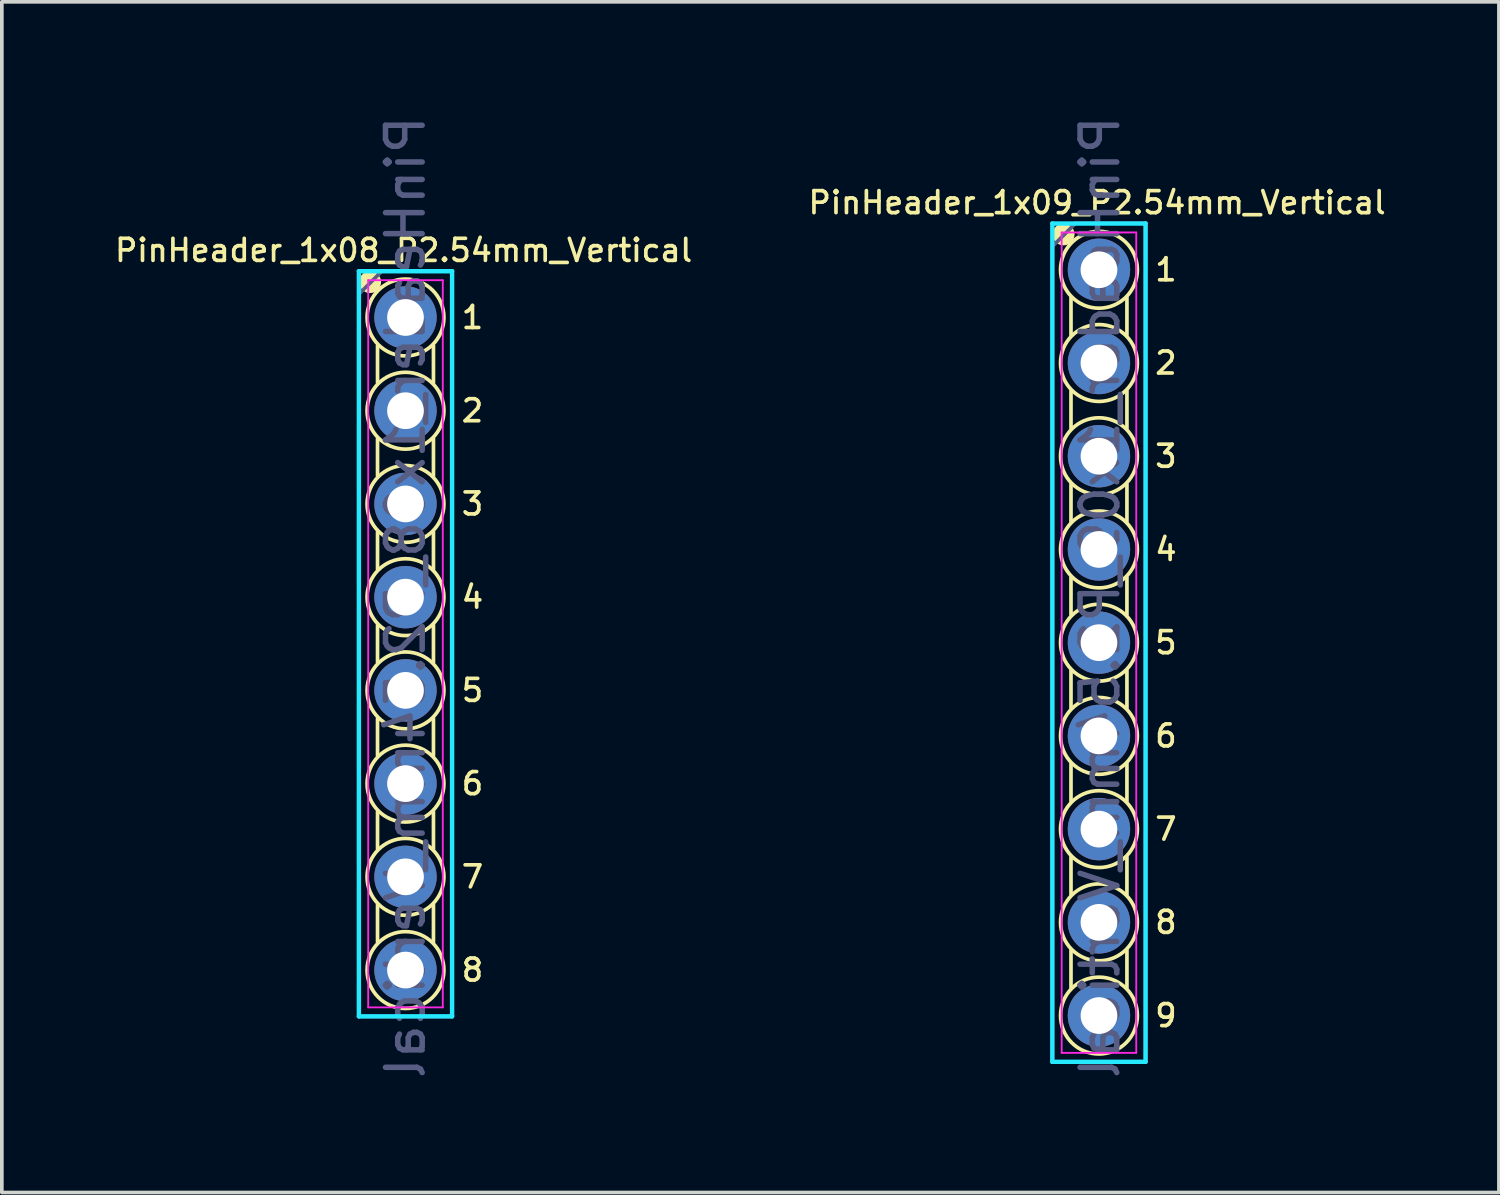
<source format=kicad_pcb>
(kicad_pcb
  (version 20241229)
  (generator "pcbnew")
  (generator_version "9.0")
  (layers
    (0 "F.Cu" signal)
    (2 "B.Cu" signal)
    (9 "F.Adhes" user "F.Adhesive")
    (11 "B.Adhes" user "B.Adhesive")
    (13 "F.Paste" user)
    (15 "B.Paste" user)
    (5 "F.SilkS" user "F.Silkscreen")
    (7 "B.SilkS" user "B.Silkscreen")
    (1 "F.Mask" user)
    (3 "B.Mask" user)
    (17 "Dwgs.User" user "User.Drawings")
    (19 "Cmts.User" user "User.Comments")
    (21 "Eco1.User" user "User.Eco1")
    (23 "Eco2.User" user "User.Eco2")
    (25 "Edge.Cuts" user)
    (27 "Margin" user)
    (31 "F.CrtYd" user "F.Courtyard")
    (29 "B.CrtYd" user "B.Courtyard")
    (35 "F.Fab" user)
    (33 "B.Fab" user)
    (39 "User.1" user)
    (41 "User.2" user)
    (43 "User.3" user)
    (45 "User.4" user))
  (footprint "PinHeader_1x08_P2.54mm_Vertical"
    (layer "F.Cu")
    (at 7.998 5.6)
    (property "Reference" "PinHeader_1x08_P2.54mm_Vertical" (at -0.051 -1.829 0) (layer "F.SilkS") (effects (font (size 0.6 0.6) (thickness 0.1))))
    (attr through_hole)
    (fp_line (start -0.762 0.762) (end -0.762 1.778) (stroke (width 0.1) (type solid)) (layer "F.SilkS"))
    (fp_line (start -0.762 3.302) (end -0.762 4.318) (stroke (width 0.1) (type solid)) (layer "F.SilkS"))
    (fp_line (start -0.762 5.842) (end -0.762 6.858) (stroke (width 0.1) (type solid)) (layer "F.SilkS"))
    (fp_line (start -0.762 8.382) (end -0.762 9.398) (stroke (width 0.1) (type solid)) (layer "F.SilkS"))
    (fp_line (start -0.762 10.922) (end -0.762 11.938) (stroke (width 0.1) (type solid)) (layer "F.SilkS"))
    (fp_line (start -0.762 13.462) (end -0.762 14.478) (stroke (width 0.1) (type solid)) (layer "F.SilkS"))
    (fp_line (start -0.762 16.002) (end -0.762 17.018) (stroke (width 0.1) (type solid)) (layer "F.SilkS"))
    (fp_line (start 0.762 0.762) (end 0.762 1.778) (stroke (width 0.1) (type solid)) (layer "F.SilkS"))
    (fp_line (start 0.762 3.302) (end 0.762 4.318) (stroke (width 0.1) (type solid)) (layer "F.SilkS"))
    (fp_line (start 0.762 5.842) (end 0.762 6.858) (stroke (width 0.1) (type solid)) (layer "F.SilkS"))
    (fp_line (start 0.762 8.382) (end 0.762 9.398) (stroke (width 0.1) (type solid)) (layer "F.SilkS"))
    (fp_line (start 0.762 10.922) (end 0.762 11.938) (stroke (width 0.1) (type solid)) (layer "F.SilkS"))
    (fp_line (start 0.762 13.462) (end 0.762 14.478) (stroke (width 0.1) (type solid)) (layer "F.SilkS"))
    (fp_line (start 0.762 16.002) (end 0.762 17.018) (stroke (width 0.1) (type solid)) (layer "F.SilkS"))
    (fp_circle (center -0.965 -0.965) (end -0.965 -0.965) (stroke (width 0.3) (type solid)) (fill no) (layer "F.SilkS"))
    (fp_circle (center 0 0) (end 0.813 0.66) (stroke (width 0.1) (type solid)) (fill no) (layer "F.SilkS"))
    (fp_circle (center 0 2.54) (end 0.813 3.2) (stroke (width 0.1) (type solid)) (fill no) (layer "F.SilkS"))
    (fp_circle (center 0 5.08) (end 0.813 5.74) (stroke (width 0.1) (type solid)) (fill no) (layer "F.SilkS"))
    (fp_circle (center 0 7.62) (end 0.813 8.28) (stroke (width 0.1) (type solid)) (fill no) (layer "F.SilkS"))
    (fp_circle (center 0 10.16) (end 0.813 10.82) (stroke (width 0.1) (type solid)) (fill no) (layer "F.SilkS"))
    (fp_circle (center 0 12.7) (end 0.813 13.36) (stroke (width 0.1) (type solid)) (fill no) (layer "F.SilkS"))
    (fp_circle (center 0 15.24) (end 0.813 15.9) (stroke (width 0.1) (type solid)) (fill no) (layer "F.SilkS"))
    (fp_circle (center 0 17.78) (end 0.813 18.44) (stroke (width 0.1) (type solid)) (fill no) (layer "F.SilkS"))
    (fp_line (start -1.27 -1.26) (end -1.27 19.04) (stroke (width 0.12) (type solid)) (layer "B.CrtYd"))
    (fp_line (start -1.27 19.04) (end 1.27 19.04) (stroke (width 0.12) (type solid)) (layer "B.CrtYd"))
    (fp_line (start 1.27 -1.26) (end -1.27 -1.26) (stroke (width 0.12) (type solid)) (layer "B.CrtYd"))
    (fp_line (start 1.27 19.04) (end 1.27 -1.26) (stroke (width 0.12) (type solid)) (layer "B.CrtYd"))
    (fp_line (start -1.016 -1.016) (end -1.016 18.796) (stroke (width 0.05) (type solid)) (layer "F.CrtYd"))
    (fp_line (start -1.016 18.796) (end 1.016 18.796) (stroke (width 0.05) (type solid)) (layer "F.CrtYd"))
    (fp_line (start 1.016 -1.016) (end -1.016 -1.016) (stroke (width 0.05) (type solid)) (layer "F.CrtYd"))
    (fp_line (start 1.016 18.796) (end 1.016 -1.016) (stroke (width 0.05) (type solid)) (layer "F.CrtYd"))
    (fp_line (start -1.27 -0.635) (end -0.635 -1.27) (stroke (width 0.1) (type solid)) (layer "B.Fab"))
    (fp_line (start -1.27 19.05) (end -1.27 -0.635) (stroke (width 0.1) (type solid)) (layer "B.Fab"))
    (fp_line (start -0.635 -1.27) (end 1.27 -1.27) (stroke (width 0.1) (type solid)) (layer "B.Fab"))
    (fp_line (start 1.27 -1.27) (end 1.27 19.05) (stroke (width 0.1) (type solid)) (layer "B.Fab"))
    (fp_line (start 1.27 19.05) (end -1.27 19.05) (stroke (width 0.1) (type solid)) (layer "B.Fab"))
    (fp_text user "6" (at 1.473 12.7 0) (layer "F.SilkS") (effects (font (size 0.6 0.6) (thickness 0.1)) (justify left)))
    (fp_text user "7" (at 1.473 15.24 0) (layer "F.SilkS") (effects (font (size 0.6 0.6) (thickness 0.1)) (justify left)))
    (fp_text user "3" (at 1.473 5.08 0) (layer "F.SilkS") (effects (font (size 0.6 0.6) (thickness 0.1)) (justify left)))
    (fp_text user "2" (at 1.473 2.54 0) (layer "F.SilkS") (effects (font (size 0.6 0.6) (thickness 0.1)) (justify left)))
    (fp_text user "1" (at 1.473 0 0) (layer "F.SilkS") (effects (font (size 0.6 0.6) (thickness 0.1)) (justify left)))
    (fp_text user "8" (at 1.473 17.78 0) (layer "F.SilkS") (effects (font (size 0.6 0.6) (thickness 0.1)) (justify left)))
    (fp_text user "4" (at 1.473 7.62 0) (layer "F.SilkS") (effects (font (size 0.6 0.6) (thickness 0.1)) (justify left)))
    (fp_text user "5" (at 1.473 10.16 0) (layer "F.SilkS") (effects (font (size 0.6 0.6) (thickness 0.1)) (justify left)))
    (fp_text user "${REFERENCE}" (at 0 7.62 90) (layer "B.Fab") (effects (font (size 1 1) (thickness 0.15)) (justify mirror)))
    (pad "1" thru_hole circle (at 0 0) (size 1.7 1.7) (drill 1) (layers "*.Cu" "*.Mask"))
    (pad "2" thru_hole oval (at 0 2.54) (size 1.7 1.7) (drill 1) (layers "*.Cu" "*.Mask"))
    (pad "3" thru_hole oval (at 0 5.08) (size 1.7 1.7) (drill 1) (layers "*.Cu" "*.Mask"))
    (pad "4" thru_hole oval (at 0 7.62) (size 1.7 1.7) (drill 1) (layers "*.Cu" "*.Mask"))
    (pad "5" thru_hole oval (at 0 10.16) (size 1.7 1.7) (drill 1) (layers "*.Cu" "*.Mask"))
    (pad "6" thru_hole oval (at 0 12.7) (size 1.7 1.7) (drill 1) (layers "*.Cu" "*.Mask"))
    (pad "7" thru_hole oval (at 0 15.24) (size 1.7 1.7) (drill 1) (layers "*.Cu" "*.Mask"))
    (pad "8" thru_hole oval (at 0 17.78) (size 1.7 1.7) (drill 1) (layers "*.Cu" "*.Mask")))
  (footprint "PinHeader_1x09_P2.54mm_Vertical"
    (layer "F.Cu")
    (at 26.892 4.3)
    (property "Reference" "PinHeader_1x09_P2.54mm_Vertical" (at -0.051 -1.829 0) (layer "F.SilkS") (effects (font (size 0.6 0.6) (thickness 0.1))))
    (attr through_hole)
    (fp_line (start -0.762 0.762) (end -0.762 1.778) (stroke (width 0.1) (type solid)) (layer "F.SilkS"))
    (fp_line (start -0.762 3.302) (end -0.762 4.318) (stroke (width 0.1) (type solid)) (layer "F.SilkS"))
    (fp_line (start -0.762 5.842) (end -0.762 6.858) (stroke (width 0.1) (type solid)) (layer "F.SilkS"))
    (fp_line (start -0.762 8.382) (end -0.762 9.398) (stroke (width 0.1) (type solid)) (layer "F.SilkS"))
    (fp_line (start -0.762 10.922) (end -0.762 11.938) (stroke (width 0.1) (type solid)) (layer "F.SilkS"))
    (fp_line (start -0.762 13.462) (end -0.762 14.478) (stroke (width 0.1) (type solid)) (layer "F.SilkS"))
    (fp_line (start -0.762 16.002) (end -0.762 17.018) (stroke (width 0.1) (type solid)) (layer "F.SilkS"))
    (fp_line (start -0.762 18.542) (end -0.762 19.558) (stroke (width 0.1) (type solid)) (layer "F.SilkS"))
    (fp_line (start 0.762 0.762) (end 0.762 1.778) (stroke (width 0.1) (type solid)) (layer "F.SilkS"))
    (fp_line (start 0.762 3.302) (end 0.762 4.318) (stroke (width 0.1) (type solid)) (layer "F.SilkS"))
    (fp_line (start 0.762 5.842) (end 0.762 6.858) (stroke (width 0.1) (type solid)) (layer "F.SilkS"))
    (fp_line (start 0.762 8.382) (end 0.762 9.398) (stroke (width 0.1) (type solid)) (layer "F.SilkS"))
    (fp_line (start 0.762 10.922) (end 0.762 11.938) (stroke (width 0.1) (type solid)) (layer "F.SilkS"))
    (fp_line (start 0.762 13.462) (end 0.762 14.478) (stroke (width 0.1) (type solid)) (layer "F.SilkS"))
    (fp_line (start 0.762 16.002) (end 0.762 17.018) (stroke (width 0.1) (type solid)) (layer "F.SilkS"))
    (fp_line (start 0.762 18.542) (end 0.762 19.558) (stroke (width 0.1) (type solid)) (layer "F.SilkS"))
    (fp_circle (center -0.965 -0.965) (end -0.965 -0.965) (stroke (width 0.3) (type solid)) (fill no) (layer "F.SilkS"))
    (fp_circle (center 0 0) (end 0.813 0.66) (stroke (width 0.1) (type solid)) (fill no) (layer "F.SilkS"))
    (fp_circle (center 0 2.54) (end 0.813 3.2) (stroke (width 0.1) (type solid)) (fill no) (layer "F.SilkS"))
    (fp_circle (center 0 5.08) (end 0.813 5.74) (stroke (width 0.1) (type solid)) (fill no) (layer "F.SilkS"))
    (fp_circle (center 0 7.62) (end 0.813 8.28) (stroke (width 0.1) (type solid)) (fill no) (layer "F.SilkS"))
    (fp_circle (center 0 10.16) (end 0.813 10.82) (stroke (width 0.1) (type solid)) (fill no) (layer "F.SilkS"))
    (fp_circle (center 0 12.7) (end 0.813 13.36) (stroke (width 0.1) (type solid)) (fill no) (layer "F.SilkS"))
    (fp_circle (center 0 15.24) (end 0.813 15.9) (stroke (width 0.1) (type solid)) (fill no) (layer "F.SilkS"))
    (fp_circle (center 0 17.78) (end 0.813 18.44) (stroke (width 0.1) (type solid)) (fill no) (layer "F.SilkS"))
    (fp_circle (center 0 20.32) (end 0.813 20.98) (stroke (width 0.1) (type solid)) (fill no) (layer "F.SilkS"))
    (fp_line (start -1.27 -1.26) (end -1.27 21.58) (stroke (width 0.12) (type solid)) (layer "B.CrtYd"))
    (fp_line (start -1.27 21.58) (end 1.27 21.58) (stroke (width 0.12) (type solid)) (layer "B.CrtYd"))
    (fp_line (start 1.27 -1.26) (end -1.27 -1.26) (stroke (width 0.12) (type solid)) (layer "B.CrtYd"))
    (fp_line (start 1.27 21.58) (end 1.27 -1.26) (stroke (width 0.12) (type solid)) (layer "B.CrtYd"))
    (fp_line (start -1.016 -1.016) (end -1.016 21.336) (stroke (width 0.05) (type solid)) (layer "F.CrtYd"))
    (fp_line (start -1.016 21.336) (end 1.016 21.336) (stroke (width 0.05) (type solid)) (layer "F.CrtYd"))
    (fp_line (start 1.016 -1.016) (end -1.016 -1.016) (stroke (width 0.05) (type solid)) (layer "F.CrtYd"))
    (fp_line (start 1.016 21.336) (end 1.016 -1.016) (stroke (width 0.05) (type solid)) (layer "F.CrtYd"))
    (fp_line (start -1.27 -0.635) (end -0.635 -1.27) (stroke (width 0.1) (type solid)) (layer "B.Fab"))
    (fp_line (start -1.27 21.59) (end -1.27 -0.635) (stroke (width 0.1) (type solid)) (layer "B.Fab"))
    (fp_line (start -0.635 -1.27) (end 1.27 -1.27) (stroke (width 0.1) (type solid)) (layer "B.Fab"))
    (fp_line (start 1.27 -1.27) (end 1.27 21.59) (stroke (width 0.1) (type solid)) (layer "B.Fab"))
    (fp_line (start 1.27 21.59) (end -1.27 21.59) (stroke (width 0.1) (type solid)) (layer "B.Fab"))
    (fp_text user "2" (at 1.473 2.54 0) (layer "F.SilkS") (effects (font (size 0.6 0.6) (thickness 0.1)) (justify left)))
    (fp_text user "1" (at 1.473 0 0) (layer "F.SilkS") (effects (font (size 0.6 0.6) (thickness 0.1)) (justify left)))
    (fp_text user "4" (at 1.473 7.62 0) (layer "F.SilkS") (effects (font (size 0.6 0.6) (thickness 0.1)) (justify left)))
    (fp_text user "9" (at 1.473 20.32 0) (layer "F.SilkS") (effects (font (size 0.6 0.6) (thickness 0.1)) (justify left)))
    (fp_text user "3" (at 1.473 5.08 0) (layer "F.SilkS") (effects (font (size 0.6 0.6) (thickness 0.1)) (justify left)))
    (fp_text user "6" (at 1.473 12.7 0) (layer "F.SilkS") (effects (font (size 0.6 0.6) (thickness 0.1)) (justify left)))
    (fp_text user "8" (at 1.473 17.78 0) (layer "F.SilkS") (effects (font (size 0.6 0.6) (thickness 0.1)) (justify left)))
    (fp_text user "7" (at 1.473 15.24 0) (layer "F.SilkS") (effects (font (size 0.6 0.6) (thickness 0.1)) (justify left)))
    (fp_text user "5" (at 1.473 10.16 0) (layer "F.SilkS") (effects (font (size 0.6 0.6) (thickness 0.1)) (justify left)))
    (fp_text user "${REFERENCE}" (at 0.03 8.92 90) (layer "B.Fab") (effects (font (size 1 1) (thickness 0.15)) (justify mirror)))
    (pad "1" thru_hole circle (at 0 0) (size 1.7 1.7) (drill 1) (layers "*.Cu" "*.Mask"))
    (pad "2" thru_hole oval (at 0 2.54) (size 1.7 1.7) (drill 1) (layers "*.Cu" "*.Mask"))
    (pad "3" thru_hole oval (at 0 5.08) (size 1.7 1.7) (drill 1) (layers "*.Cu" "*.Mask"))
    (pad "4" thru_hole oval (at 0 7.62) (size 1.7 1.7) (drill 1) (layers "*.Cu" "*.Mask"))
    (pad "5" thru_hole oval (at 0 10.16) (size 1.7 1.7) (drill 1) (layers "*.Cu" "*.Mask"))
    (pad "6" thru_hole oval (at 0 12.7) (size 1.7 1.7) (drill 1) (layers "*.Cu" "*.Mask"))
    (pad "7" thru_hole oval (at 0 15.24) (size 1.7 1.7) (drill 1) (layers "*.Cu" "*.Mask"))
    (pad "8" thru_hole oval (at 0 17.78) (size 1.7 1.7) (drill 1) (layers "*.Cu" "*.Mask"))
    (pad "9" thru_hole oval (at 0 20.32) (size 1.7 1.7) (drill 1) (layers "*.Cu" "*.Mask")))
  (gr_rect
    (start -3 -3)
    (end 37.789 29.44)
    (stroke (width 0.1) (type default))
    (fill no)
    (layer "Edge.Cuts")))
</source>
